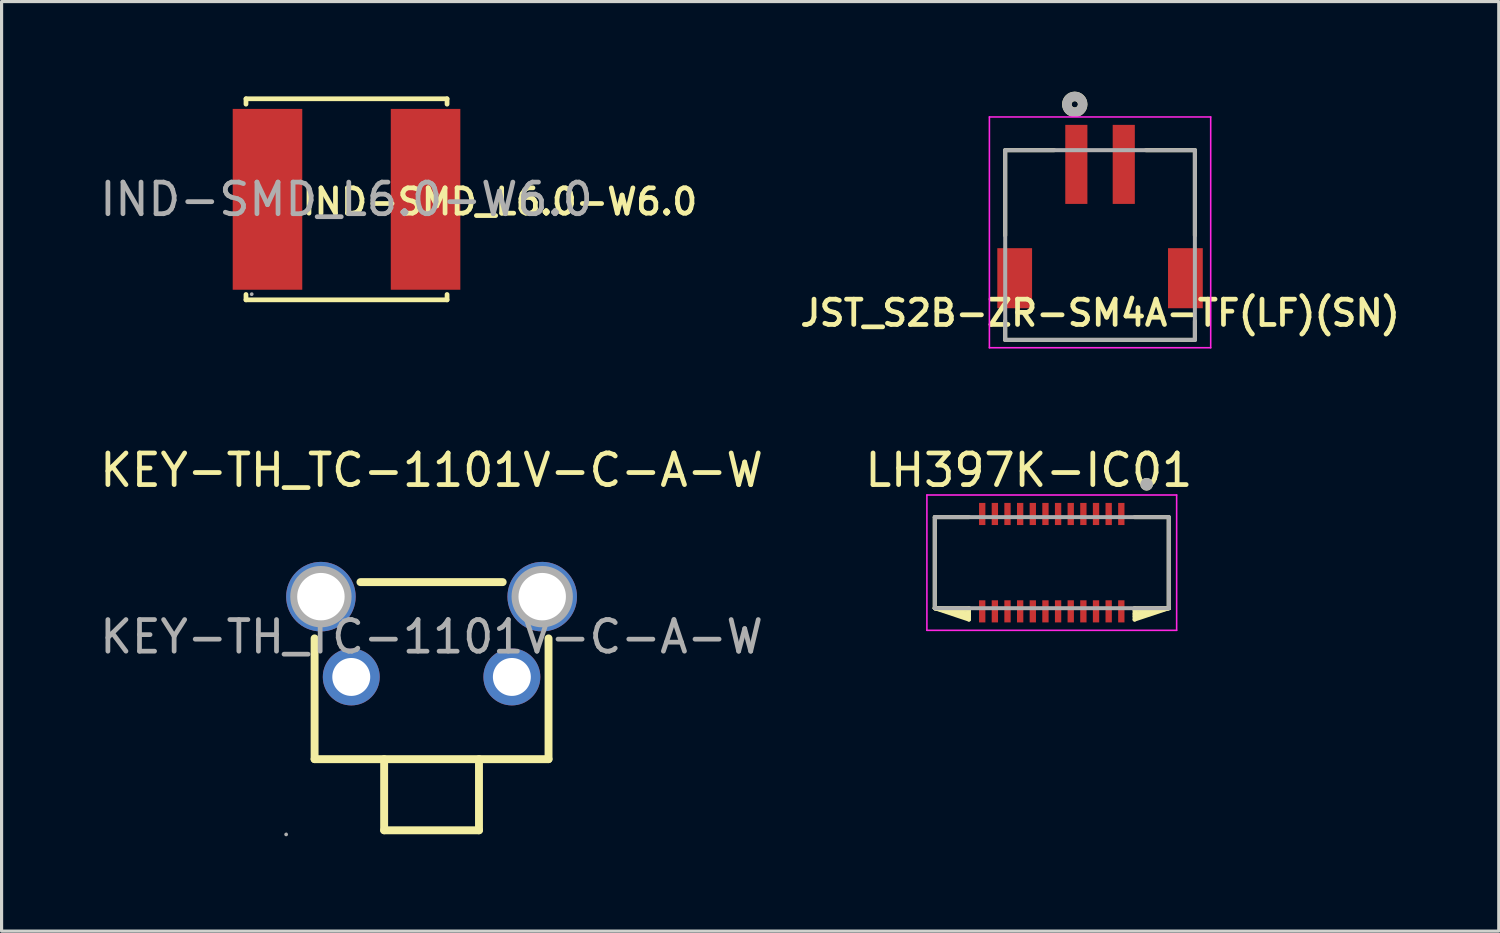
<source format=kicad_pcb>
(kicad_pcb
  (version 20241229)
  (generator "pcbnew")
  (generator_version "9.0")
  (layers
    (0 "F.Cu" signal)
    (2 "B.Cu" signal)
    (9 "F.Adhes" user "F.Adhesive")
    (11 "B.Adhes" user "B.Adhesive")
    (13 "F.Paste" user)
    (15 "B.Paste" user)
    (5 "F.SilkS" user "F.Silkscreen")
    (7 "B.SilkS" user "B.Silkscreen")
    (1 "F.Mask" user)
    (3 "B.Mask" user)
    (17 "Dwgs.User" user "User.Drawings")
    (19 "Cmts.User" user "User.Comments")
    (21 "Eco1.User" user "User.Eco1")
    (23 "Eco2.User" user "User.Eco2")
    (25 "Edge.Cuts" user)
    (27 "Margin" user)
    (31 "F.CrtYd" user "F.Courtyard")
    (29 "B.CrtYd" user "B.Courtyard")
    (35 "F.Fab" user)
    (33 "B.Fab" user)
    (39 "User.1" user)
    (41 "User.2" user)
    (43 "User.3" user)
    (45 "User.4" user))
  (footprint "KEY-TH_TC-1101V-C-A-W"
    (layer "F.Cu")
    (at 10.601 17.093)
    (property "Reference" "KEY-TH_TC-1101V-C-A-W" (at 0 -5.27 0) (layer "F.SilkS") (effects (font (size 1 1) (thickness 0.15))))
    (attr through_hole)
    (fp_line (start -3.7 3.87) (end -3.7 0.05) (stroke (width 0.25) (type solid)) (layer "F.SilkS"))
    (fp_line (start -1.5 6.12) (end -1.5 3.87) (stroke (width 0.25) (type solid)) (layer "F.SilkS"))
    (fp_line (start -1.5 6.12) (end 1.5 6.12) (stroke (width 0.25) (type solid)) (layer "F.SilkS"))
    (fp_line (start 1.5 6.12) (end 1.5 3.87) (stroke (width 0.25) (type solid)) (layer "F.SilkS"))
    (fp_line (start 2.25 -1.73) (end -2.25 -1.73) (stroke (width 0.25) (type solid)) (layer "F.SilkS"))
    (fp_line (start 3.7 3.87) (end -3.7 3.87) (stroke (width 0.25) (type solid)) (layer "F.SilkS"))
    (fp_line (start 3.7 3.87) (end 3.7 0.05) (stroke (width 0.25) (type solid)) (layer "F.SilkS"))
    (fp_circle (center -4.6 6.25) (end -4.57 6.25) (stroke (width 0.06) (type solid)) (fill no) (layer "F.Fab"))
    (fp_circle (center -3.5 -1.27) (end -3.18 -1.27) (stroke (width 0.65) (type solid)) (fill no) (layer "F.Fab"))
    (fp_circle (center -2.54 1.27) (end -2.29 1.27) (stroke (width 0.5) (type solid)) (fill no) (layer "F.Fab"))
    (fp_circle (center 2.54 1.27) (end 2.79 1.27) (stroke (width 0.5) (type solid)) (fill no) (layer "F.Fab"))
    (fp_circle (center 3.5 -1.27) (end 3.82 -1.27) (stroke (width 0.65) (type solid)) (fill no) (layer "F.Fab"))
    (fp_text user "${REFERENCE}" (at 0 0 0) (layer "F.Fab") (effects (font (size 1 1) (thickness 0.15))))
    (pad "1" thru_hole circle (at -2.54 1.27) (size 1.8 1.8) (drill 1.2) (layers "*.Cu" "*.Mask"))
    (pad "2" thru_hole circle (at 2.54 1.27) (size 1.8 1.8) (drill 1.2) (layers "*.Cu" "*.Mask"))
    (pad "3" thru_hole circle (at 3.5 -1.27) (size 2.2 2.2) (drill 1.5) (layers "*.Cu" "*.Mask"))
    (pad "4" thru_hole circle (at -3.5 -1.27) (size 2.2 2.2) (drill 1.5) (layers "*.Cu" "*.Mask")))
  (footprint "IND-SMD_L6.0-W6.0"
    (layer "F.Cu")
    (at 7.911 3.255)
    (property "Reference" "IND-SMD_L6.0-W6.0" (at 4.85 0.075 180) (layer "F.SilkS") (effects (font (size 0.8 0.8) (thickness 0.15))))
    (attr smd)
    (fp_line (start -3.18 -3.18) (end 3.18 -3.18) (stroke (width 0.15) (type solid)) (layer "F.SilkS"))
    (fp_line (start -3.18 -3.01) (end -3.18 -3.18) (stroke (width 0.15) (type solid)) (layer "F.SilkS"))
    (fp_line (start -3.18 3.01) (end -3.18 3.18) (stroke (width 0.15) (type solid)) (layer "F.SilkS"))
    (fp_line (start -3.18 3.18) (end 3.18 3.18) (stroke (width 0.15) (type solid)) (layer "F.SilkS"))
    (fp_line (start 3.18 -3.18) (end 3.18 -3.01) (stroke (width 0.15) (type solid)) (layer "F.SilkS"))
    (fp_line (start 3.18 3.18) (end 3.18 3.01) (stroke (width 0.15) (type solid)) (layer "F.SilkS"))
    (fp_circle (center -3 3) (end -2.97 3) (stroke (width 0.06) (type solid)) (fill no) (layer "F.Fab"))
    (fp_text user "${REFERENCE}" (at 0 0 180) (layer "F.Fab") (effects (font (size 1 1) (thickness 0.15))))
    (pad "1" smd rect (at -2.5 0) (size 2.2 5.72) (layers "F.Cu" "F.Mask" "F.Paste"))
    (pad "2" smd rect (at 2.5 0) (size 2.2 5.72) (layers "F.Cu" "F.Mask" "F.Paste")))
  (footprint "JST_S2B-ZR-SM4A-TF(LF)(SN)"
    (layer "F.Cu")
    (at 31.746 4.3)
    (property "Reference" "JST_S2B-ZR-SM4A-TF(LF)(SN)" (at 0 2.55 180) (layer "F.SilkS") (effects (font (size 0.8 0.8) (thickness 0.15))))
    (attr smd)
    (fp_line (start -3 -2.6) (end -3 0.1) (stroke (width 0.127) (type solid)) (layer "F.SilkS"))
    (fp_line (start -3 2.8) (end -3 3.4) (stroke (width 0.127) (type solid)) (layer "F.SilkS"))
    (fp_line (start -3 3.4) (end 3 3.4) (stroke (width 0.127) (type solid)) (layer "F.SilkS"))
    (fp_line (start -1.45 -2.6) (end -3 -2.6) (stroke (width 0.127) (type solid)) (layer "F.SilkS"))
    (fp_line (start 1.45 -2.6) (end 3 -2.6) (stroke (width 0.127) (type solid)) (layer "F.SilkS"))
    (fp_line (start 3 -2.6) (end 3 0.1) (stroke (width 0.127) (type solid)) (layer "F.SilkS"))
    (fp_line (start 3 3.4) (end 3 2.8) (stroke (width 0.127) (type solid)) (layer "F.SilkS"))
    (fp_circle (center -0.8 -4.05) (end -0.7 -4.05) (stroke (width 0.3) (type solid)) (fill no) (layer "F.SilkS"))
    (fp_line (start -3.5 -3.65) (end 3.5 -3.65) (stroke (width 0.05) (type solid)) (layer "F.CrtYd"))
    (fp_line (start -3.5 3.65) (end -3.5 -3.65) (stroke (width 0.05) (type solid)) (layer "F.CrtYd"))
    (fp_line (start 3.5 -3.65) (end 3.5 3.65) (stroke (width 0.05) (type solid)) (layer "F.CrtYd"))
    (fp_line (start 3.5 3.65) (end -3.5 3.65) (stroke (width 0.05) (type solid)) (layer "F.CrtYd"))
    (fp_line (start -3 -2.6) (end 3 -2.6) (stroke (width 0.127) (type solid)) (layer "F.Fab"))
    (fp_line (start -3 3.4) (end -3 -2.6) (stroke (width 0.127) (type solid)) (layer "F.Fab"))
    (fp_line (start 3 -2.6) (end 3 3.4) (stroke (width 0.127) (type solid)) (layer "F.Fab"))
    (fp_line (start 3 3.4) (end -3 3.4) (stroke (width 0.127) (type solid)) (layer "F.Fab"))
    (fp_circle (center -0.8 -4.05) (end -0.7 -4.05) (stroke (width 0.3) (type solid)) (fill no) (layer "F.Fab"))
    (pad "1" smd rect (at -0.75 -2.15) (size 0.7 2.5) (layers "F.Cu" "F.Mask" "F.Paste"))
    (pad "2" smd rect (at 0.75 -2.15) (size 0.7 2.5) (layers "F.Cu" "F.Mask" "F.Paste"))
    (pad "MP" smd rect (at -2.7 1.45) (size 1.1 1.9) (layers "F.Cu" "F.Mask" "F.Paste"))
    (pad "MP" smd rect (at 2.7 1.45) (size 1.1 1.9) (layers "F.Cu" "F.Mask" "F.Paste")))
  (footprint "LH397K-IC01"
    (layer "F.Cu")
    (at 30.219 14.748)
    (property "Reference" "LH397K-IC01" (at -0.725 -2.925 0) (layer "F.SilkS") (effects (font (size 1 1) (thickness 0.15))))
    (attr smd)
    (fp_line (start -3.7 -1.44) (end -3.7 1.44) (stroke (width 0.127) (type solid)) (layer "F.SilkS"))
    (fp_line (start -3.7 1.44) (end -2.62 1.44) (stroke (width 0.127) (type solid)) (layer "F.SilkS"))
    (fp_line (start -3.7 1.44) (end -2.62 1.5) (stroke (width 0.127) (type solid)) (layer "F.SilkS"))
    (fp_line (start -3.7 1.44) (end -2.62 1.62) (stroke (width 0.127) (type solid)) (layer "F.SilkS"))
    (fp_line (start -3.7 1.44) (end -2.62 1.7) (stroke (width 0.127) (type solid)) (layer "F.SilkS"))
    (fp_line (start -3.7 1.44) (end -2.62 1.8) (stroke (width 0.127) (type solid)) (layer "F.SilkS"))
    (fp_line (start -2.62 -1.44) (end -3.7 -1.44) (stroke (width 0.127) (type solid)) (layer "F.SilkS"))
    (fp_line (start -2.62 1.44) (end -2.62 1.8) (stroke (width 0.127) (type solid)) (layer "F.SilkS"))
    (fp_line (start 2.62 1.8) (end 2.62 1.44) (stroke (width 0.127) (type solid)) (layer "F.SilkS"))
    (fp_line (start 3.7 -1.44) (end 2.62 -1.44) (stroke (width 0.127) (type solid)) (layer "F.SilkS"))
    (fp_line (start 3.7 -1.44) (end 3.7 1.44) (stroke (width 0.127) (type solid)) (layer "F.SilkS"))
    (fp_line (start 3.7 1.44) (end 2.62 1.44) (stroke (width 0.127) (type solid)) (layer "F.SilkS"))
    (fp_line (start 3.7 1.44) (end 2.62 1.5) (stroke (width 0.127) (type solid)) (layer "F.SilkS"))
    (fp_line (start 3.7 1.44) (end 2.62 1.62) (stroke (width 0.127) (type solid)) (layer "F.SilkS"))
    (fp_line (start 3.7 1.44) (end 2.62 1.7) (stroke (width 0.127) (type solid)) (layer "F.SilkS"))
    (fp_line (start 3.7 1.44) (end 2.62 1.8) (stroke (width 0.127) (type solid)) (layer "F.SilkS"))
    (fp_circle (center 3 -2.48) (end 3.1 -2.48) (stroke (width 0.2) (type solid)) (fill no) (layer "F.SilkS"))
    (fp_poly (pts (xy -2.289 -1.853) (xy -2.111 -1.853) (xy -2.111 -1.227) (xy -2.289 -1.227)) (stroke (width 0.01) (type solid)) (fill yes) (layer "F.Paste"))
    (fp_poly (pts (xy -2.289 1.227) (xy -2.111 1.227) (xy -2.111 1.853) (xy -2.289 1.853)) (stroke (width 0.01) (type solid)) (fill yes) (layer "F.Paste"))
    (fp_poly (pts (xy -1.889 -1.853) (xy -1.71 -1.853) (xy -1.71 -1.227) (xy -1.889 -1.227)) (stroke (width 0.01) (type solid)) (fill yes) (layer "F.Paste"))
    (fp_poly (pts (xy -1.889 1.227) (xy -1.71 1.227) (xy -1.71 1.853) (xy -1.889 1.853)) (stroke (width 0.01) (type solid)) (fill yes) (layer "F.Paste"))
    (fp_poly (pts (xy -1.49 -1.853) (xy -1.31 -1.853) (xy -1.31 -1.227) (xy -1.49 -1.227)) (stroke (width 0.01) (type solid)) (fill yes) (layer "F.Paste"))
    (fp_poly (pts (xy -1.49 1.227) (xy -1.31 1.227) (xy -1.31 1.853) (xy -1.49 1.853)) (stroke (width 0.01) (type solid)) (fill yes) (layer "F.Paste"))
    (fp_poly (pts (xy -1.089 -1.853) (xy -0.91 -1.853) (xy -0.91 -1.227) (xy -1.089 -1.227)) (stroke (width 0.01) (type solid)) (fill yes) (layer "F.Paste"))
    (fp_poly (pts (xy -1.089 1.227) (xy -0.91 1.227) (xy -0.91 1.853) (xy -1.089 1.853)) (stroke (width 0.01) (type solid)) (fill yes) (layer "F.Paste"))
    (fp_poly (pts (xy -0.69 -1.853) (xy -0.51 -1.853) (xy -0.51 -1.227) (xy -0.69 -1.227)) (stroke (width 0.01) (type solid)) (fill yes) (layer "F.Paste"))
    (fp_poly (pts (xy -0.69 1.227) (xy -0.51 1.227) (xy -0.51 1.853) (xy -0.69 1.853)) (stroke (width 0.01) (type solid)) (fill yes) (layer "F.Paste"))
    (fp_poly (pts (xy -0.289 -1.853) (xy -0.111 -1.853) (xy -0.111 -1.227) (xy -0.289 -1.227)) (stroke (width 0.01) (type solid)) (fill yes) (layer "F.Paste"))
    (fp_poly (pts (xy -0.289 1.227) (xy -0.111 1.227) (xy -0.111 1.853) (xy -0.289 1.853)) (stroke (width 0.01) (type solid)) (fill yes) (layer "F.Paste"))
    (fp_poly (pts (xy 0.111 -1.853) (xy 0.289 -1.853) (xy 0.289 -1.227) (xy 0.111 -1.227)) (stroke (width 0.01) (type solid)) (fill yes) (layer "F.Paste"))
    (fp_poly (pts (xy 0.111 1.227) (xy 0.289 1.227) (xy 0.289 1.853) (xy 0.111 1.853)) (stroke (width 0.01) (type solid)) (fill yes) (layer "F.Paste"))
    (fp_poly (pts (xy 0.51 -1.853) (xy 0.69 -1.853) (xy 0.69 -1.227) (xy 0.51 -1.227)) (stroke (width 0.01) (type solid)) (fill yes) (layer "F.Paste"))
    (fp_poly (pts (xy 0.51 1.227) (xy 0.69 1.227) (xy 0.69 1.853) (xy 0.51 1.853)) (stroke (width 0.01) (type solid)) (fill yes) (layer "F.Paste"))
    (fp_poly (pts (xy 0.91 -1.853) (xy 1.089 -1.853) (xy 1.089 -1.227) (xy 0.91 -1.227)) (stroke (width 0.01) (type solid)) (fill yes) (layer "F.Paste"))
    (fp_poly (pts (xy 0.91 1.227) (xy 1.089 1.227) (xy 1.089 1.853) (xy 0.91 1.853)) (stroke (width 0.01) (type solid)) (fill yes) (layer "F.Paste"))
    (fp_poly (pts (xy 1.31 -1.853) (xy 1.49 -1.853) (xy 1.49 -1.227) (xy 1.31 -1.227)) (stroke (width 0.01) (type solid)) (fill yes) (layer "F.Paste"))
    (fp_poly (pts (xy 1.31 1.227) (xy 1.49 1.227) (xy 1.49 1.853) (xy 1.31 1.853)) (stroke (width 0.01) (type solid)) (fill yes) (layer "F.Paste"))
    (fp_poly (pts (xy 1.71 -1.853) (xy 1.889 -1.853) (xy 1.889 -1.227) (xy 1.71 -1.227)) (stroke (width 0.01) (type solid)) (fill yes) (layer "F.Paste"))
    (fp_poly (pts (xy 1.71 1.227) (xy 1.889 1.227) (xy 1.889 1.853) (xy 1.71 1.853)) (stroke (width 0.01) (type solid)) (fill yes) (layer "F.Paste"))
    (fp_poly (pts (xy 2.111 -1.853) (xy 2.289 -1.853) (xy 2.289 -1.227) (xy 2.111 -1.227)) (stroke (width 0.01) (type solid)) (fill yes) (layer "F.Paste"))
    (fp_poly (pts (xy 2.111 1.227) (xy 2.289 1.227) (xy 2.289 1.853) (xy 2.111 1.853)) (stroke (width 0.01) (type solid)) (fill yes) (layer "F.Paste"))
    (fp_line (start -3.95 -2.14) (end -3.95 2.14) (stroke (width 0.05) (type solid)) (layer "F.CrtYd"))
    (fp_line (start -3.95 2.14) (end 3.95 2.14) (stroke (width 0.05) (type solid)) (layer "F.CrtYd"))
    (fp_line (start 3.95 -2.14) (end -3.95 -2.14) (stroke (width 0.05) (type solid)) (layer "F.CrtYd"))
    (fp_line (start 3.95 2.14) (end 3.95 -2.14) (stroke (width 0.05) (type solid)) (layer "F.CrtYd"))
    (fp_line (start -3.7 -1.44) (end 3.7 -1.44) (stroke (width 0.127) (type solid)) (layer "F.Fab"))
    (fp_line (start -3.7 1.44) (end -3.7 -1.44) (stroke (width 0.127) (type solid)) (layer "F.Fab"))
    (fp_line (start 3.7 -1.44) (end 3.7 1.44) (stroke (width 0.127) (type solid)) (layer "F.Fab"))
    (fp_line (start 3.7 1.44) (end -3.7 1.44) (stroke (width 0.127) (type solid)) (layer "F.Fab"))
    (fp_circle (center 3 -2.48) (end 3.1 -2.48) (stroke (width 0.2) (type solid)) (fill no) (layer "F.Fab"))
    (pad "1" smd rect (at 2.2 -1.54) (size 0.2 0.7) (layers "F.Cu" "F.Mask"))
    (pad "2" smd rect (at 1.8 -1.54) (size 0.2 0.7) (layers "F.Cu" "F.Mask"))
    (pad "3" smd rect (at 1.4 -1.54) (size 0.2 0.7) (layers "F.Cu" "F.Mask"))
    (pad "4" smd rect (at 1 -1.54) (size 0.2 0.7) (layers "F.Cu" "F.Mask"))
    (pad "5" smd rect (at 0.6 -1.54) (size 0.2 0.7) (layers "F.Cu" "F.Mask"))
    (pad "6" smd rect (at 0.2 -1.54) (size 0.2 0.7) (layers "F.Cu" "F.Mask"))
    (pad "7" smd rect (at -0.2 -1.54) (size 0.2 0.7) (layers "F.Cu" "F.Mask"))
    (pad "8" smd rect (at -0.6 -1.54) (size 0.2 0.7) (layers "F.Cu" "F.Mask"))
    (pad "9" smd rect (at -1 -1.54) (size 0.2 0.7) (layers "F.Cu" "F.Mask"))
    (pad "10" smd rect (at -1.4 -1.54) (size 0.2 0.7) (layers "F.Cu" "F.Mask"))
    (pad "11" smd rect (at -1.8 -1.54) (size 0.2 0.7) (layers "F.Cu" "F.Mask"))
    (pad "12" smd rect (at -2.2 -1.54) (size 0.2 0.7) (layers "F.Cu" "F.Mask"))
    (pad "13" smd rect (at -2.2 1.54) (size 0.2 0.7) (layers "F.Cu" "F.Mask"))
    (pad "14" smd rect (at -1.8 1.54) (size 0.2 0.7) (layers "F.Cu" "F.Mask"))
    (pad "15" smd rect (at -1.4 1.54) (size 0.2 0.7) (layers "F.Cu" "F.Mask"))
    (pad "16" smd rect (at -1 1.54) (size 0.2 0.7) (layers "F.Cu" "F.Mask"))
    (pad "17" smd rect (at -0.6 1.54) (size 0.2 0.7) (layers "F.Cu" "F.Mask"))
    (pad "18" smd rect (at -0.2 1.54) (size 0.2 0.7) (layers "F.Cu" "F.Mask"))
    (pad "19" smd rect (at 0.2 1.54) (size 0.2 0.7) (layers "F.Cu" "F.Mask"))
    (pad "20" smd rect (at 0.6 1.54) (size 0.2 0.7) (layers "F.Cu" "F.Mask"))
    (pad "21" smd rect (at 1 1.54) (size 0.2 0.7) (layers "F.Cu" "F.Mask"))
    (pad "22" smd rect (at 1.4 1.54) (size 0.2 0.7) (layers "F.Cu" "F.Mask"))
    (pad "23" smd rect (at 1.8 1.54) (size 0.2 0.7) (layers "F.Cu" "F.Mask"))
    (pad "24" smd rect (at 2.2 1.54) (size 0.2 0.7) (layers "F.Cu" "F.Mask")))
  (gr_rect
    (start -3 -3)
    (end 44.358 26.403)
    (stroke (width 0.1) (type default))
    (fill no)
    (layer "Edge.Cuts")))
</source>
